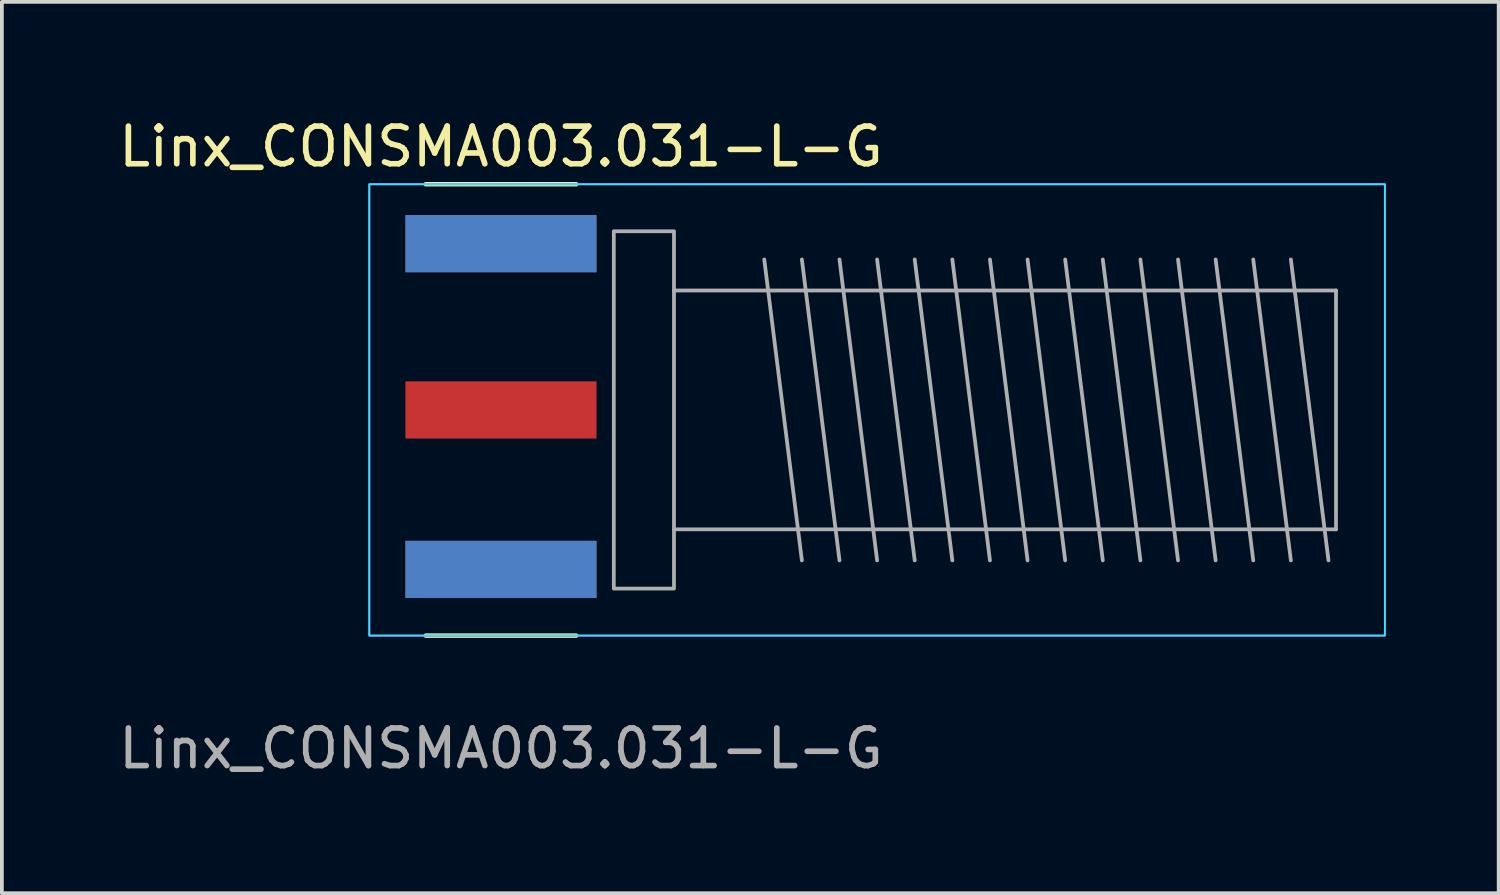
<source format=kicad_pcb>
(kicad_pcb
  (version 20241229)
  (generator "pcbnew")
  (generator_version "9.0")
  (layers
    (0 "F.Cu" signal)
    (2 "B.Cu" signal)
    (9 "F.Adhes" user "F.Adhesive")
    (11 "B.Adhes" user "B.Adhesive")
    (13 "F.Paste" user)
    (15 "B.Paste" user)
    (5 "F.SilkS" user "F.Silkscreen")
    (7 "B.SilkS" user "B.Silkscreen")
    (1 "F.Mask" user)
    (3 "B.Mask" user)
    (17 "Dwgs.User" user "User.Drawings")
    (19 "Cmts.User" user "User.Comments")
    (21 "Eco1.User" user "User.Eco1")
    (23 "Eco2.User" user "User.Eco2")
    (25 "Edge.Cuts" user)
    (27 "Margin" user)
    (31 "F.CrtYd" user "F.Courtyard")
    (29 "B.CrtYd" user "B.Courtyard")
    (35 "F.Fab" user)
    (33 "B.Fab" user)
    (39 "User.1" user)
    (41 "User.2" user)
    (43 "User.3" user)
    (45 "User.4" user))
  (footprint "Linx_CONSMA003.031-L-G"
    (layer "F.Cu")
    (at 10.268 7.848)
    (property "Reference" "Linx_CONSMA003.031-L-G" (at 0 -7 0) (unlocked yes) (layer "F.SilkS") (effects (font (size 1 1) (thickness 0.15))))
    (attr smd)
    (fp_line (start -2 6) (end 2 6) (stroke (width 0.12) (type solid)) (layer "F.SilkS"))
    (fp_line (start 2 -6) (end -2 -6) (stroke (width 0.12) (type solid)) (layer "F.SilkS"))
    (fp_rect (start -3.5 -6) (end 23.5 6) (stroke (width 0.05) (type solid)) (fill no) (layer "B.CrtYd"))
    (fp_rect (start -3.5 -6) (end 23.5 6) (stroke (width 0.05) (type solid)) (fill no) (layer "F.CrtYd"))
    (fp_line (start 4.6 -3.175) (end 22.2 -3.175) (stroke (width 0.1) (type solid)) (layer "F.Fab"))
    (fp_line (start 7 -4) (end 8 4) (stroke (width 0.1) (type solid)) (layer "F.Fab"))
    (fp_line (start 8 -4) (end 9 4) (stroke (width 0.1) (type solid)) (layer "F.Fab"))
    (fp_line (start 9 -4) (end 10 4) (stroke (width 0.1) (type solid)) (layer "F.Fab"))
    (fp_line (start 10 -4) (end 11 4) (stroke (width 0.1) (type solid)) (layer "F.Fab"))
    (fp_line (start 11 -4) (end 12 4) (stroke (width 0.1) (type solid)) (layer "F.Fab"))
    (fp_line (start 12 -4) (end 13 4) (stroke (width 0.1) (type solid)) (layer "F.Fab"))
    (fp_line (start 13 -4) (end 14 4) (stroke (width 0.1) (type solid)) (layer "F.Fab"))
    (fp_line (start 14 -4) (end 15 4) (stroke (width 0.1) (type solid)) (layer "F.Fab"))
    (fp_line (start 15 -4) (end 16 4) (stroke (width 0.1) (type solid)) (layer "F.Fab"))
    (fp_line (start 16 -4) (end 17 4) (stroke (width 0.1) (type solid)) (layer "F.Fab"))
    (fp_line (start 17 -4) (end 18 4) (stroke (width 0.1) (type solid)) (layer "F.Fab"))
    (fp_line (start 18 -4) (end 19 4) (stroke (width 0.1) (type solid)) (layer "F.Fab"))
    (fp_line (start 19 -4) (end 20 4) (stroke (width 0.1) (type solid)) (layer "F.Fab"))
    (fp_line (start 20 -4) (end 21 4) (stroke (width 0.1) (type solid)) (layer "F.Fab"))
    (fp_line (start 21 -4) (end 22 4) (stroke (width 0.1) (type solid)) (layer "F.Fab"))
    (fp_line (start 22.2 -3.175) (end 22.2 3.175) (stroke (width 0.1) (type solid)) (layer "F.Fab"))
    (fp_line (start 22.2 3.175) (end 4.6 3.175) (stroke (width 0.1) (type solid)) (layer "F.Fab"))
    (fp_rect (start 3 -4.75) (end 4.6 4.75) (stroke (width 0.1) (type solid)) (fill no) (layer "F.Fab"))
    (fp_text user "${REFERENCE}" (at 0 9 0) (unlocked yes) (layer "F.Fab") (effects (font (size 1 1) (thickness 0.15))))
    (pad "1" smd rect (at 0 0) (size 5.08 1.52) (layers "F.Cu" "F.Mask" "F.Paste"))
    (pad "2" smd rect (at 0 -4.42) (size 5.08 1.52) (layers "F.Cu" "F.Mask" "F.Paste"))
    (pad "2" smd rect (at 0 -4.42) (size 5.08 1.52) (layers "F.Mask" "B.Cu" "F.Paste"))
    (pad "2" smd rect (at 0 4.24) (size 5.08 1.52) (layers "F.Cu" "F.Mask" "F.Paste"))
    (pad "2" smd rect (at 0 4.24) (size 5.08 1.52) (layers "F.Mask" "B.Cu" "F.Paste")))
  (gr_rect
    (start -3 -3)
    (end 36.793 20.697)
    (stroke (width 0.1) (type default))
    (fill no)
    (layer "Edge.Cuts")))
</source>
